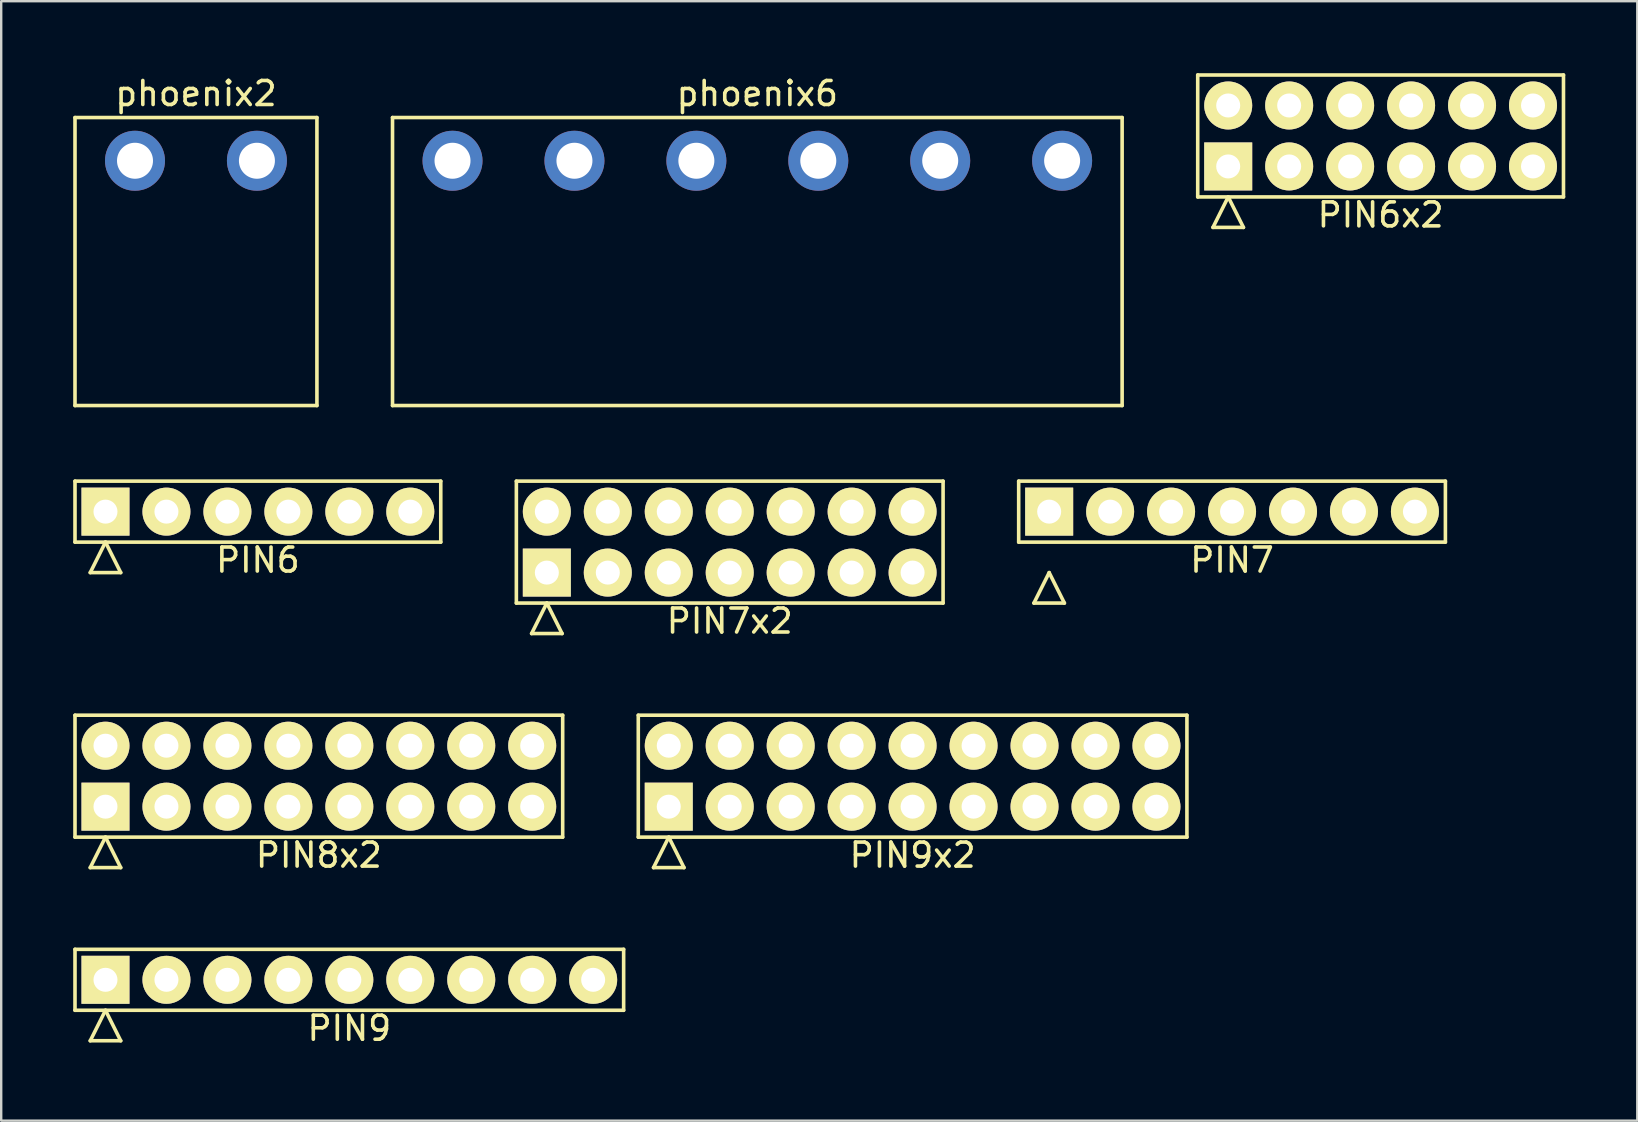
<source format=kicad_pcb>
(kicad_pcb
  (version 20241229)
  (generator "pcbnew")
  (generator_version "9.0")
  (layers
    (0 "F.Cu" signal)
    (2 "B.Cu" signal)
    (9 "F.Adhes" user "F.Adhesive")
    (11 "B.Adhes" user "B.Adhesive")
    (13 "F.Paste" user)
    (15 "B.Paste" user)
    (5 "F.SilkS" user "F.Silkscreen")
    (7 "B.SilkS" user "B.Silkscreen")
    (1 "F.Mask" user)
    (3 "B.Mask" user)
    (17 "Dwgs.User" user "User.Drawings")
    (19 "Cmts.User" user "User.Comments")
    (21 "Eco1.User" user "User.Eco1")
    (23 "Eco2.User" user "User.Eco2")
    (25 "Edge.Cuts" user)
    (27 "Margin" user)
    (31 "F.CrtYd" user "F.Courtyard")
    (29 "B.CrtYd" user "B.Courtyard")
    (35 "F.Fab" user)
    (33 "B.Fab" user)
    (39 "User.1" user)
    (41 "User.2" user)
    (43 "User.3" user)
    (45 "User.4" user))
  (footprint "phoenix6"
    (layer "F.Cu")
    (at 28.505 3.648)
    (property "Reference" "phoenix6" (at 0 -2.8 0) (layer "F.SilkS") (effects (font (size 1 1) (thickness 0.15))))
    (attr through_hole)
    (fp_line (start -15.2 -1.8) (end 15.2 -1.8) (stroke (width 0.15) (type solid)) (layer "F.SilkS"))
    (fp_line (start -15.2 10.2) (end -15.2 -1.8) (stroke (width 0.15) (type solid)) (layer "F.SilkS"))
    (fp_line (start 15.2 -1.8) (end 15.2 10.2) (stroke (width 0.15) (type solid)) (layer "F.SilkS"))
    (fp_line (start 15.2 10.2) (end -15.2 10.2) (stroke (width 0.15) (type solid)) (layer "F.SilkS"))
    (pad "1" thru_hole circle (at -12.7 0) (size 2.5 2.5) (drill 1.5) (layers "*.Cu" "*.Mask"))
    (pad "2" thru_hole circle (at -7.62 0) (size 2.5 2.5) (drill 1.5) (layers "*.Cu" "*.Mask"))
    (pad "3" thru_hole circle (at -2.54 0) (size 2.5 2.5) (drill 1.5) (layers "*.Cu" "*.Mask"))
    (pad "4" thru_hole circle (at 2.54 0) (size 2.5 2.5) (drill 1.5) (layers "*.Cu" "*.Mask"))
    (pad "5" thru_hole circle (at 7.62 0) (size 2.5 2.5) (drill 1.5) (layers "*.Cu" "*.Mask"))
    (pad "6" thru_hole circle (at 12.7 0) (size 2.5 2.5) (drill 1.5) (layers "*.Cu" "*.Mask")))
  (footprint "PIN7x2"
    (layer "F.Cu")
    (at 27.355 19.538)
    (property "Reference" "PIN7x2" (at 0 3.29 0) (layer "F.SilkS") (effects (font (size 1 1) (thickness 0.15))))
    (attr through_hole)
    (fp_line (start -8.89 -2.54) (end -8.89 2.54) (stroke (width 0.15) (type solid)) (layer "F.SilkS"))
    (fp_line (start -8.89 2.54) (end 8.89 2.54) (stroke (width 0.15) (type solid)) (layer "F.SilkS"))
    (fp_line (start -8.255 3.81) (end -7.62 2.54) (stroke (width 0.15) (type solid)) (layer "F.SilkS"))
    (fp_line (start -8.255 3.81) (end -6.985 3.81) (stroke (width 0.15) (type solid)) (layer "F.SilkS"))
    (fp_line (start -6.985 3.81) (end -7.62 2.54) (stroke (width 0.15) (type solid)) (layer "F.SilkS"))
    (fp_line (start 8.89 -2.54) (end -8.89 -2.54) (stroke (width 0.15) (type solid)) (layer "F.SilkS"))
    (fp_line (start 8.89 2.54) (end 8.89 -2.54) (stroke (width 0.15) (type solid)) (layer "F.SilkS"))
    (pad "1" thru_hole rect (at -7.62 1.27) (size 2 2) (drill 1) (layers "*.Cu" "*.Mask" "F.SilkS"))
    (pad "2" thru_hole circle (at -7.62 -1.27) (size 2 2) (drill 1) (layers "*.Cu" "*.Mask" "F.SilkS"))
    (pad "3" thru_hole circle (at -5.08 1.27) (size 2 2) (drill 1) (layers "*.Cu" "*.Mask" "F.SilkS"))
    (pad "4" thru_hole circle (at -5.08 -1.27) (size 2 2) (drill 1) (layers "*.Cu" "*.Mask" "F.SilkS"))
    (pad "5" thru_hole circle (at -2.54 1.27) (size 2 2) (drill 1) (layers "*.Cu" "*.Mask" "F.SilkS"))
    (pad "6" thru_hole circle (at -2.54 -1.27) (size 2 2) (drill 1) (layers "*.Cu" "*.Mask" "F.SilkS"))
    (pad "7" thru_hole circle (at 0 1.27) (size 2 2) (drill 1) (layers "*.Cu" "*.Mask" "F.SilkS"))
    (pad "8" thru_hole circle (at 0 -1.27) (size 2 2) (drill 1) (layers "*.Cu" "*.Mask" "F.SilkS"))
    (pad "9" thru_hole circle (at 2.54 1.27) (size 2 2) (drill 1) (layers "*.Cu" "*.Mask" "F.SilkS"))
    (pad "10" thru_hole circle (at 2.54 -1.27) (size 2 2) (drill 1) (layers "*.Cu" "*.Mask" "F.SilkS"))
    (pad "11" thru_hole circle (at 5.08 1.27) (size 2 2) (drill 1) (layers "*.Cu" "*.Mask" "F.SilkS"))
    (pad "12" thru_hole circle (at 5.08 -1.27) (size 2 2) (drill 1) (layers "*.Cu" "*.Mask" "F.SilkS"))
    (pad "13" thru_hole circle (at 7.62 1.27) (size 2 2) (drill 1) (layers "*.Cu" "*.Mask" "F.SilkS"))
    (pad "14" thru_hole circle (at 7.62 -1.27) (size 2 2) (drill 1) (layers "*.Cu" "*.Mask" "F.SilkS")))
  (footprint "PIN9"
    (layer "F.Cu")
    (at 11.505 37.775)
    (property "Reference" "PIN9" (at 0 2.02 0) (layer "F.SilkS") (effects (font (size 1 1) (thickness 0.15))))
    (attr through_hole)
    (fp_line (start -11.43 -1.27) (end -11.43 1.27) (stroke (width 0.15) (type solid)) (layer "F.SilkS"))
    (fp_line (start -11.43 1.27) (end 11.43 1.27) (stroke (width 0.15) (type solid)) (layer "F.SilkS"))
    (fp_line (start -10.795 2.54) (end -10.16 1.27) (stroke (width 0.15) (type solid)) (layer "F.SilkS"))
    (fp_line (start -10.795 2.54) (end -9.525 2.54) (stroke (width 0.15) (type solid)) (layer "F.SilkS"))
    (fp_line (start -9.525 2.54) (end -10.16 1.27) (stroke (width 0.15) (type solid)) (layer "F.SilkS"))
    (fp_line (start 11.43 -1.27) (end -11.43 -1.27) (stroke (width 0.15) (type solid)) (layer "F.SilkS"))
    (fp_line (start 11.43 1.27) (end 11.43 -1.27) (stroke (width 0.15) (type solid)) (layer "F.SilkS"))
    (pad "1" thru_hole rect (at -10.16 0) (size 2 2) (drill 1) (layers "*.Cu" "*.Mask" "F.SilkS"))
    (pad "2" thru_hole circle (at -7.62 0) (size 2 2) (drill 1) (layers "*.Cu" "*.Mask" "F.SilkS"))
    (pad "3" thru_hole circle (at -5.08 0) (size 2 2) (drill 1) (layers "*.Cu" "*.Mask" "F.SilkS"))
    (pad "4" thru_hole circle (at -2.54 0) (size 2 2) (drill 1) (layers "*.Cu" "*.Mask" "F.SilkS"))
    (pad "5" thru_hole circle (at 0 0) (size 2 2) (drill 1) (layers "*.Cu" "*.Mask" "F.SilkS"))
    (pad "6" thru_hole circle (at 2.54 0) (size 2 2) (drill 1) (layers "*.Cu" "*.Mask" "F.SilkS"))
    (pad "7" thru_hole circle (at 5.08 0) (size 2 2) (drill 1) (layers "*.Cu" "*.Mask" "F.SilkS"))
    (pad "8" thru_hole circle (at 7.62 0) (size 2 2) (drill 1) (layers "*.Cu" "*.Mask" "F.SilkS"))
    (pad "9" thru_hole circle (at 10.16 0) (size 2 2) (drill 1) (layers "*.Cu" "*.Mask" "F.SilkS")))
  (footprint "PIN9x2"
    (layer "F.Cu")
    (at 34.975 29.291)
    (property "Reference" "PIN9x2" (at 0 3.29 0) (layer "F.SilkS") (effects (font (size 1 1) (thickness 0.15))))
    (attr through_hole)
    (fp_line (start -11.43 -2.54) (end -11.43 2.54) (stroke (width 0.15) (type solid)) (layer "F.SilkS"))
    (fp_line (start -11.43 2.54) (end 11.43 2.54) (stroke (width 0.15) (type solid)) (layer "F.SilkS"))
    (fp_line (start -10.795 3.81) (end -10.16 2.54) (stroke (width 0.15) (type solid)) (layer "F.SilkS"))
    (fp_line (start -10.795 3.81) (end -9.525 3.81) (stroke (width 0.15) (type solid)) (layer "F.SilkS"))
    (fp_line (start -9.525 3.81) (end -10.16 2.54) (stroke (width 0.15) (type solid)) (layer "F.SilkS"))
    (fp_line (start 11.43 -2.54) (end -11.43 -2.54) (stroke (width 0.15) (type solid)) (layer "F.SilkS"))
    (fp_line (start 11.43 2.54) (end 11.43 -2.54) (stroke (width 0.15) (type solid)) (layer "F.SilkS"))
    (pad "1" thru_hole rect (at -10.16 1.27) (size 2 2) (drill 1) (layers "*.Cu" "*.Mask" "F.SilkS"))
    (pad "2" thru_hole circle (at -10.16 -1.27) (size 2 2) (drill 1) (layers "*.Cu" "*.Mask" "F.SilkS"))
    (pad "3" thru_hole circle (at -7.62 1.27) (size 2 2) (drill 1) (layers "*.Cu" "*.Mask" "F.SilkS"))
    (pad "4" thru_hole circle (at -7.62 -1.27) (size 2 2) (drill 1) (layers "*.Cu" "*.Mask" "F.SilkS"))
    (pad "5" thru_hole circle (at -5.08 1.27) (size 2 2) (drill 1) (layers "*.Cu" "*.Mask" "F.SilkS"))
    (pad "6" thru_hole circle (at -5.08 -1.27) (size 2 2) (drill 1) (layers "*.Cu" "*.Mask" "F.SilkS"))
    (pad "7" thru_hole circle (at -2.54 1.27) (size 2 2) (drill 1) (layers "*.Cu" "*.Mask" "F.SilkS"))
    (pad "8" thru_hole circle (at -2.54 -1.27) (size 2 2) (drill 1) (layers "*.Cu" "*.Mask" "F.SilkS"))
    (pad "9" thru_hole circle (at 0 1.27) (size 2 2) (drill 1) (layers "*.Cu" "*.Mask" "F.SilkS"))
    (pad "10" thru_hole circle (at 0 -1.27) (size 2 2) (drill 1) (layers "*.Cu" "*.Mask" "F.SilkS"))
    (pad "11" thru_hole circle (at 2.54 1.27) (size 2 2) (drill 1) (layers "*.Cu" "*.Mask" "F.SilkS"))
    (pad "12" thru_hole circle (at 2.54 -1.27) (size 2 2) (drill 1) (layers "*.Cu" "*.Mask" "F.SilkS"))
    (pad "13" thru_hole circle (at 5.08 1.27) (size 2 2) (drill 1) (layers "*.Cu" "*.Mask" "F.SilkS"))
    (pad "14" thru_hole circle (at 5.08 -1.27) (size 2 2) (drill 1) (layers "*.Cu" "*.Mask" "F.SilkS"))
    (pad "15" thru_hole circle (at 7.62 1.27) (size 2 2) (drill 1) (layers "*.Cu" "*.Mask" "F.SilkS"))
    (pad "16" thru_hole circle (at 7.62 -1.27) (size 2 2) (drill 1) (layers "*.Cu" "*.Mask" "F.SilkS"))
    (pad "17" thru_hole circle (at 10.16 1.27) (size 2 2) (drill 1) (layers "*.Cu" "*.Mask" "F.SilkS"))
    (pad "18" thru_hole circle (at 10.16 -1.27) (size 2 2) (drill 1) (layers "*.Cu" "*.Mask" "F.SilkS")))
  (footprint "phoenix2"
    (layer "F.Cu")
    (at 5.115 3.648)
    (property "Reference" "phoenix2" (at 0 -2.8 0) (layer "F.SilkS") (effects (font (size 1 1) (thickness 0.15))))
    (attr through_hole)
    (fp_line (start -5.04 -1.8) (end 5.04 -1.8) (stroke (width 0.15) (type solid)) (layer "F.SilkS"))
    (fp_line (start -5.04 10.2) (end -5.04 -1.8) (stroke (width 0.15) (type solid)) (layer "F.SilkS"))
    (fp_line (start 5.04 -1.8) (end 5.04 10.2) (stroke (width 0.15) (type solid)) (layer "F.SilkS"))
    (fp_line (start 5.04 10.2) (end -5.04 10.2) (stroke (width 0.15) (type solid)) (layer "F.SilkS"))
    (pad "1" thru_hole circle (at -2.54 0) (size 2.5 2.5) (drill 1.5) (layers "*.Cu" "*.Mask"))
    (pad "2" thru_hole circle (at 2.54 0) (size 2.5 2.5) (drill 1.5) (layers "*.Cu" "*.Mask")))
  (footprint "PIN8x2"
    (layer "F.Cu")
    (at 10.235 29.291)
    (property "Reference" "PIN8x2" (at 0 3.29 0) (layer "F.SilkS") (effects (font (size 1 1) (thickness 0.15))))
    (attr through_hole)
    (fp_line (start -10.16 -2.54) (end -10.16 2.54) (stroke (width 0.15) (type solid)) (layer "F.SilkS"))
    (fp_line (start -10.16 2.54) (end 10.16 2.54) (stroke (width 0.15) (type solid)) (layer "F.SilkS"))
    (fp_line (start -9.525 3.81) (end -8.89 2.54) (stroke (width 0.15) (type solid)) (layer "F.SilkS"))
    (fp_line (start -9.525 3.81) (end -8.255 3.81) (stroke (width 0.15) (type solid)) (layer "F.SilkS"))
    (fp_line (start -8.255 3.81) (end -8.89 2.54) (stroke (width 0.15) (type solid)) (layer "F.SilkS"))
    (fp_line (start 10.16 -2.54) (end -10.16 -2.54) (stroke (width 0.15) (type solid)) (layer "F.SilkS"))
    (fp_line (start 10.16 2.54) (end 10.16 -2.54) (stroke (width 0.15) (type solid)) (layer "F.SilkS"))
    (pad "1" thru_hole rect (at -8.89 1.27) (size 2 2) (drill 1) (layers "*.Cu" "*.Mask" "F.SilkS"))
    (pad "2" thru_hole circle (at -8.89 -1.27) (size 2 2) (drill 1) (layers "*.Cu" "*.Mask" "F.SilkS"))
    (pad "3" thru_hole circle (at -6.35 1.27) (size 2 2) (drill 1) (layers "*.Cu" "*.Mask" "F.SilkS"))
    (pad "4" thru_hole circle (at -6.35 -1.27) (size 2 2) (drill 1) (layers "*.Cu" "*.Mask" "F.SilkS"))
    (pad "5" thru_hole circle (at -3.81 1.27) (size 2 2) (drill 1) (layers "*.Cu" "*.Mask" "F.SilkS"))
    (pad "6" thru_hole circle (at -3.81 -1.27) (size 2 2) (drill 1) (layers "*.Cu" "*.Mask" "F.SilkS"))
    (pad "7" thru_hole circle (at -1.27 1.27) (size 2 2) (drill 1) (layers "*.Cu" "*.Mask" "F.SilkS"))
    (pad "8" thru_hole circle (at -1.27 -1.27) (size 2 2) (drill 1) (layers "*.Cu" "*.Mask" "F.SilkS"))
    (pad "9" thru_hole circle (at 1.27 1.27) (size 2 2) (drill 1) (layers "*.Cu" "*.Mask" "F.SilkS"))
    (pad "10" thru_hole circle (at 1.27 -1.27) (size 2 2) (drill 1) (layers "*.Cu" "*.Mask" "F.SilkS"))
    (pad "11" thru_hole circle (at 3.81 1.27) (size 2 2) (drill 1) (layers "*.Cu" "*.Mask" "F.SilkS"))
    (pad "12" thru_hole circle (at 3.81 -1.27) (size 2 2) (drill 1) (layers "*.Cu" "*.Mask" "F.SilkS"))
    (pad "13" thru_hole circle (at 6.35 1.27) (size 2 2) (drill 1) (layers "*.Cu" "*.Mask" "F.SilkS"))
    (pad "14" thru_hole circle (at 6.35 -1.27) (size 2 2) (drill 1) (layers "*.Cu" "*.Mask" "F.SilkS"))
    (pad "15" thru_hole circle (at 8.89 1.27) (size 2 2) (drill 1) (layers "*.Cu" "*.Mask" "F.SilkS"))
    (pad "16" thru_hole circle (at 8.89 -1.27) (size 2 2) (drill 1) (layers "*.Cu" "*.Mask" "F.SilkS")))
  (footprint "PIN6x2"
    (layer "F.Cu")
    (at 54.475 2.615)
    (property "Reference" "PIN6x2" (at 0 3.29 0) (layer "F.SilkS") (effects (font (size 1 1) (thickness 0.15))))
    (attr through_hole)
    (fp_line (start -7.62 -2.54) (end -7.62 2.54) (stroke (width 0.15) (type solid)) (layer "F.SilkS"))
    (fp_line (start -7.62 2.54) (end 7.62 2.54) (stroke (width 0.15) (type solid)) (layer "F.SilkS"))
    (fp_line (start -6.985 3.81) (end -6.35 2.54) (stroke (width 0.15) (type solid)) (layer "F.SilkS"))
    (fp_line (start -6.985 3.81) (end -5.715 3.81) (stroke (width 0.15) (type solid)) (layer "F.SilkS"))
    (fp_line (start -5.715 3.81) (end -6.35 2.54) (stroke (width 0.15) (type solid)) (layer "F.SilkS"))
    (fp_line (start 7.62 -2.54) (end -7.62 -2.54) (stroke (width 0.15) (type solid)) (layer "F.SilkS"))
    (fp_line (start 7.62 2.54) (end 7.62 -2.54) (stroke (width 0.15) (type solid)) (layer "F.SilkS"))
    (pad "1" thru_hole rect (at -6.35 1.27) (size 2 2) (drill 1) (layers "*.Cu" "*.Mask" "F.SilkS"))
    (pad "2" thru_hole circle (at -6.35 -1.27) (size 2 2) (drill 1) (layers "*.Cu" "*.Mask" "F.SilkS"))
    (pad "3" thru_hole circle (at -3.81 1.27) (size 2 2) (drill 1) (layers "*.Cu" "*.Mask" "F.SilkS"))
    (pad "4" thru_hole circle (at -3.81 -1.27) (size 2 2) (drill 1) (layers "*.Cu" "*.Mask" "F.SilkS"))
    (pad "5" thru_hole circle (at -1.27 1.27) (size 2 2) (drill 1) (layers "*.Cu" "*.Mask" "F.SilkS"))
    (pad "6" thru_hole circle (at -1.27 -1.27) (size 2 2) (drill 1) (layers "*.Cu" "*.Mask" "F.SilkS"))
    (pad "7" thru_hole circle (at 1.27 1.27) (size 2 2) (drill 1) (layers "*.Cu" "*.Mask" "F.SilkS"))
    (pad "8" thru_hole circle (at 1.27 -1.27) (size 2 2) (drill 1) (layers "*.Cu" "*.Mask" "F.SilkS"))
    (pad "9" thru_hole circle (at 3.81 1.27) (size 2 2) (drill 1) (layers "*.Cu" "*.Mask" "F.SilkS"))
    (pad "10" thru_hole circle (at 3.81 -1.27) (size 2 2) (drill 1) (layers "*.Cu" "*.Mask" "F.SilkS"))
    (pad "11" thru_hole circle (at 6.35 1.27) (size 2 2) (drill 1) (layers "*.Cu" "*.Mask" "F.SilkS"))
    (pad "12" thru_hole circle (at 6.35 -1.27) (size 2 2) (drill 1) (layers "*.Cu" "*.Mask" "F.SilkS")))
  (footprint "PIN7"
    (layer "F.Cu")
    (at 48.285 18.268)
    (property "Reference" "PIN7" (at 0 2.02 0) (layer "F.SilkS") (effects (font (size 1 1) (thickness 0.15))))
    (attr through_hole)
    (fp_line (start -8.89 -1.27) (end -8.89 1.27) (stroke (width 0.15) (type solid)) (layer "F.SilkS"))
    (fp_line (start -8.89 1.27) (end 8.89 1.27) (stroke (width 0.15) (type solid)) (layer "F.SilkS"))
    (fp_line (start -8.255 3.81) (end -7.62 2.54) (stroke (width 0.15) (type solid)) (layer "F.SilkS"))
    (fp_line (start -8.255 3.81) (end -6.985 3.81) (stroke (width 0.15) (type solid)) (layer "F.SilkS"))
    (fp_line (start -6.985 3.81) (end -7.62 2.54) (stroke (width 0.15) (type solid)) (layer "F.SilkS"))
    (fp_line (start 8.89 -1.27) (end -8.89 -1.27) (stroke (width 0.15) (type solid)) (layer "F.SilkS"))
    (fp_line (start 8.89 1.27) (end 8.89 -1.27) (stroke (width 0.15) (type solid)) (layer "F.SilkS"))
    (pad "1" thru_hole rect (at -7.62 0) (size 2 2) (drill 1) (layers "*.Cu" "*.Mask" "F.SilkS"))
    (pad "2" thru_hole circle (at -5.08 0) (size 2 2) (drill 1) (layers "*.Cu" "*.Mask" "F.SilkS"))
    (pad "3" thru_hole circle (at -2.54 0) (size 2 2) (drill 1) (layers "*.Cu" "*.Mask" "F.SilkS"))
    (pad "4" thru_hole circle (at 0 0) (size 2 2) (drill 1) (layers "*.Cu" "*.Mask" "F.SilkS"))
    (pad "5" thru_hole circle (at 2.54 0) (size 2 2) (drill 1) (layers "*.Cu" "*.Mask" "F.SilkS"))
    (pad "6" thru_hole circle (at 5.08 0) (size 2 2) (drill 1) (layers "*.Cu" "*.Mask" "F.SilkS"))
    (pad "7" thru_hole circle (at 7.62 0) (size 2 2) (drill 1) (layers "*.Cu" "*.Mask" "F.SilkS")))
  (footprint "PIN6"
    (layer "F.Cu")
    (at 7.695 18.268)
    (property "Reference" "PIN6" (at 0 2.02 0) (layer "F.SilkS") (effects (font (size 1 1) (thickness 0.15))))
    (attr through_hole)
    (fp_line (start -7.62 -1.27) (end -7.62 1.27) (stroke (width 0.15) (type solid)) (layer "F.SilkS"))
    (fp_line (start -7.62 1.27) (end 7.62 1.27) (stroke (width 0.15) (type solid)) (layer "F.SilkS"))
    (fp_line (start -6.985 2.54) (end -6.35 1.27) (stroke (width 0.15) (type solid)) (layer "F.SilkS"))
    (fp_line (start -6.985 2.54) (end -5.715 2.54) (stroke (width 0.15) (type solid)) (layer "F.SilkS"))
    (fp_line (start -5.715 2.54) (end -6.35 1.27) (stroke (width 0.15) (type solid)) (layer "F.SilkS"))
    (fp_line (start 7.62 -1.27) (end -7.62 -1.27) (stroke (width 0.15) (type solid)) (layer "F.SilkS"))
    (fp_line (start 7.62 1.27) (end 7.62 -1.27) (stroke (width 0.15) (type solid)) (layer "F.SilkS"))
    (pad "1" thru_hole rect (at -6.35 0) (size 2 2) (drill 1) (layers "*.Cu" "*.Mask" "F.SilkS"))
    (pad "2" thru_hole circle (at -3.81 0) (size 2 2) (drill 1) (layers "*.Cu" "*.Mask" "F.SilkS"))
    (pad "3" thru_hole circle (at -1.27 0) (size 2 2) (drill 1) (layers "*.Cu" "*.Mask" "F.SilkS"))
    (pad "4" thru_hole circle (at 1.27 0) (size 2 2) (drill 1) (layers "*.Cu" "*.Mask" "F.SilkS"))
    (pad "5" thru_hole circle (at 3.81 0) (size 2 2) (drill 1) (layers "*.Cu" "*.Mask" "F.SilkS"))
    (pad "6" thru_hole circle (at 6.35 0) (size 2 2) (drill 1) (layers "*.Cu" "*.Mask" "F.SilkS")))
  (gr_rect
    (start -3 -3)
    (end 65.17 43.643)
    (stroke (width 0.1) (type default))
    (fill no)
    (layer "Edge.Cuts")))
</source>
